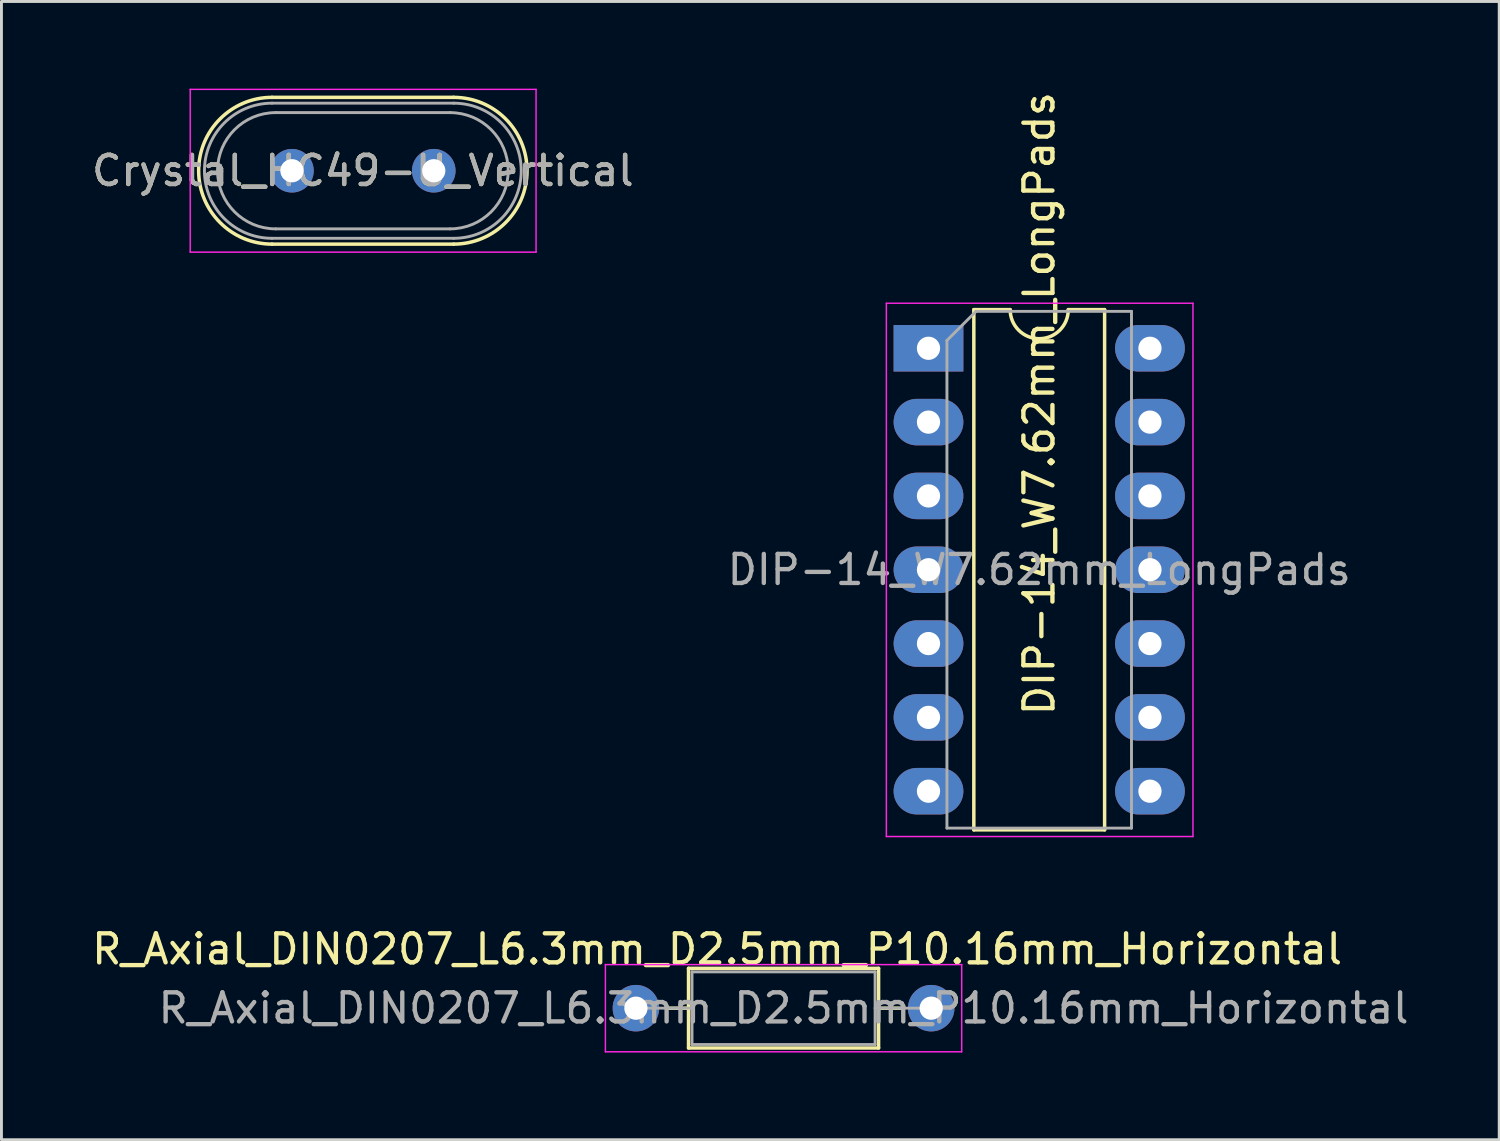
<source format=kicad_pcb>
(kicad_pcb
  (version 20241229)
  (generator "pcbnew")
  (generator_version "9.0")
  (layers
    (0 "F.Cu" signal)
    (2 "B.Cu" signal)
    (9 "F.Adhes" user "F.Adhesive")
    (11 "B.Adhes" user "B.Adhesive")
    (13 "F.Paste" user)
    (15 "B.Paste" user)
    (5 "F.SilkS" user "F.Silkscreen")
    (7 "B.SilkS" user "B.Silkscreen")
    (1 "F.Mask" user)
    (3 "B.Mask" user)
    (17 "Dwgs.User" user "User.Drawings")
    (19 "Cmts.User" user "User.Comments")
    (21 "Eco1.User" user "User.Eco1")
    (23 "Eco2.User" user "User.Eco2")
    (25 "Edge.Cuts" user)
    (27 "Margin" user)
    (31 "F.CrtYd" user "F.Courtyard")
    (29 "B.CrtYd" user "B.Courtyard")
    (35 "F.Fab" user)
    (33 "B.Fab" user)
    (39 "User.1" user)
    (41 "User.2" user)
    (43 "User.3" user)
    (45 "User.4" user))
  (footprint "R_Axial_DIN0207_L6.3mm_D2.5mm_P10.16mm_Horizontal"
    (placed yes)
    (layer "F.Cu")
    (at 18.831 31.64)
    (property "Reference" "R_Axial_DIN0207_L6.3mm_D2.5mm_P10.16mm_Horizontal" (at 2.794 -2.032 0) (layer "F.SilkS") (effects (font (size 1 1) (thickness 0.15))))
    (attr through_hole)
    (fp_line (start 1.04 0) (end 1.81 0) (stroke (width 0.12) (type solid)) (layer "F.SilkS"))
    (fp_line (start 1.81 -1.37) (end 1.81 1.37) (stroke (width 0.12) (type solid)) (layer "F.SilkS"))
    (fp_line (start 1.81 1.37) (end 8.35 1.37) (stroke (width 0.12) (type solid)) (layer "F.SilkS"))
    (fp_line (start 8.35 -1.37) (end 1.81 -1.37) (stroke (width 0.12) (type solid)) (layer "F.SilkS"))
    (fp_line (start 8.35 1.37) (end 8.35 -1.37) (stroke (width 0.12) (type solid)) (layer "F.SilkS"))
    (fp_line (start 9.12 0) (end 8.35 0) (stroke (width 0.12) (type solid)) (layer "F.SilkS"))
    (fp_line (start -1.05 -1.5) (end -1.05 1.5) (stroke (width 0.05) (type solid)) (layer "F.CrtYd"))
    (fp_line (start -1.05 1.5) (end 11.21 1.5) (stroke (width 0.05) (type solid)) (layer "F.CrtYd"))
    (fp_line (start 11.21 -1.5) (end -1.05 -1.5) (stroke (width 0.05) (type solid)) (layer "F.CrtYd"))
    (fp_line (start 11.21 1.5) (end 11.21 -1.5) (stroke (width 0.05) (type solid)) (layer "F.CrtYd"))
    (fp_line (start 0 0) (end 1.93 0) (stroke (width 0.1) (type solid)) (layer "F.Fab"))
    (fp_line (start 1.93 -1.25) (end 1.93 1.25) (stroke (width 0.1) (type solid)) (layer "F.Fab"))
    (fp_line (start 1.93 1.25) (end 8.23 1.25) (stroke (width 0.1) (type solid)) (layer "F.Fab"))
    (fp_line (start 8.23 -1.25) (end 1.93 -1.25) (stroke (width 0.1) (type solid)) (layer "F.Fab"))
    (fp_line (start 8.23 1.25) (end 8.23 -1.25) (stroke (width 0.1) (type solid)) (layer "F.Fab"))
    (fp_line (start 10.16 0) (end 8.23 0) (stroke (width 0.1) (type solid)) (layer "F.Fab"))
    (fp_text user "${REFERENCE}" (at 5.08 0 0) (layer "F.Fab") (effects (font (size 1 1) (thickness 0.15))))
    (pad "1" thru_hole circle (at 0 0) (size 1.6 1.6) (drill 0.8) (layers "*.Cu" "*.Mask"))
    (pad "2" thru_hole oval (at 10.16 0) (size 1.6 1.6) (drill 0.8) (layers "*.Cu" "*.Mask")))
  (footprint "DIP-14_W7.62mm_LongPads"
    (placed yes)
    (layer "F.Cu")
    (at 28.898 8.934)
    (property "Reference" "DIP-14_W7.62mm_LongPads" (at 3.81 1.905 90) (layer "F.SilkS") (effects (font (size 1 1) (thickness 0.15))))
    (attr through_hole)
    (fp_line (start 1.56 -1.33) (end 1.56 16.57) (stroke (width 0.12) (type solid)) (layer "F.SilkS"))
    (fp_line (start 1.56 16.57) (end 6.06 16.57) (stroke (width 0.12) (type solid)) (layer "F.SilkS"))
    (fp_line (start 2.81 -1.33) (end 1.56 -1.33) (stroke (width 0.12) (type solid)) (layer "F.SilkS"))
    (fp_line (start 6.06 -1.33) (end 4.81 -1.33) (stroke (width 0.12) (type solid)) (layer "F.SilkS"))
    (fp_line (start 6.06 16.57) (end 6.06 -1.33) (stroke (width 0.12) (type solid)) (layer "F.SilkS"))
    (fp_arc (start 4.81 -1.33) (mid 3.81 -0.33) (end 2.81 -1.33) (stroke (width 0.12) (type solid)) (layer "F.SilkS"))
    (fp_line (start -1.45 -1.55) (end -1.45 16.8) (stroke (width 0.05) (type solid)) (layer "F.CrtYd"))
    (fp_line (start -1.45 16.8) (end 9.1 16.8) (stroke (width 0.05) (type solid)) (layer "F.CrtYd"))
    (fp_line (start 9.1 -1.55) (end -1.45 -1.55) (stroke (width 0.05) (type solid)) (layer "F.CrtYd"))
    (fp_line (start 9.1 16.8) (end 9.1 -1.55) (stroke (width 0.05) (type solid)) (layer "F.CrtYd"))
    (fp_line (start 0.635 -0.27) (end 1.635 -1.27) (stroke (width 0.1) (type solid)) (layer "F.Fab"))
    (fp_line (start 0.635 16.51) (end 0.635 -0.27) (stroke (width 0.1) (type solid)) (layer "F.Fab"))
    (fp_line (start 1.635 -1.27) (end 6.985 -1.27) (stroke (width 0.1) (type solid)) (layer "F.Fab"))
    (fp_line (start 6.985 -1.27) (end 6.985 16.51) (stroke (width 0.1) (type solid)) (layer "F.Fab"))
    (fp_line (start 6.985 16.51) (end 0.635 16.51) (stroke (width 0.1) (type solid)) (layer "F.Fab"))
    (fp_text user "${REFERENCE}" (at 3.81 7.62 0) (layer "F.Fab") (effects (font (size 1 1) (thickness 0.15))))
    (pad "1" thru_hole rect (at 0 0) (size 2.4 1.6) (drill 0.8) (layers "*.Cu" "*.Mask"))
    (pad "2" thru_hole oval (at 0 2.54) (size 2.4 1.6) (drill 0.8) (layers "*.Cu" "*.Mask"))
    (pad "3" thru_hole oval (at 0 5.08) (size 2.4 1.6) (drill 0.8) (layers "*.Cu" "*.Mask"))
    (pad "4" thru_hole oval (at 0 7.62) (size 2.4 1.6) (drill 0.8) (layers "*.Cu" "*.Mask"))
    (pad "5" thru_hole oval (at 0 10.16) (size 2.4 1.6) (drill 0.8) (layers "*.Cu" "*.Mask"))
    (pad "6" thru_hole oval (at 0 12.7) (size 2.4 1.6) (drill 0.8) (layers "*.Cu" "*.Mask"))
    (pad "7" thru_hole oval (at 0 15.24) (size 2.4 1.6) (drill 0.8) (layers "*.Cu" "*.Mask"))
    (pad "8" thru_hole oval (at 7.62 15.24) (size 2.4 1.6) (drill 0.8) (layers "*.Cu" "*.Mask"))
    (pad "9" thru_hole oval (at 7.62 12.7) (size 2.4 1.6) (drill 0.8) (layers "*.Cu" "*.Mask"))
    (pad "10" thru_hole oval (at 7.62 10.16) (size 2.4 1.6) (drill 0.8) (layers "*.Cu" "*.Mask"))
    (pad "11" thru_hole oval (at 7.62 7.62) (size 2.4 1.6) (drill 0.8) (layers "*.Cu" "*.Mask"))
    (pad "12" thru_hole oval (at 7.62 5.08) (size 2.4 1.6) (drill 0.8) (layers "*.Cu" "*.Mask"))
    (pad "13" thru_hole oval (at 7.62 2.54) (size 2.4 1.6) (drill 0.8) (layers "*.Cu" "*.Mask"))
    (pad "14" thru_hole oval (at 7.62 0) (size 2.4 1.6) (drill 0.8) (layers "*.Cu" "*.Mask")))
  (footprint "Crystal_HC49-U_Vertical"
    (layer "F.Cu")
    (at 6.995 2.825)
    (property "Reference" "Crystal_HC49-U_Vertical" (at 2.44 0 0) (layer "F.SilkS") (effects (font (size 1 1) (thickness 0.15))))
    (attr through_hole)
    (fp_line (start -0.685 -2.525) (end 5.565 -2.525) (stroke (width 0.12) (type solid)) (layer "F.SilkS"))
    (fp_line (start -0.685 2.525) (end 5.565 2.525) (stroke (width 0.12) (type solid)) (layer "F.SilkS"))
    (fp_arc (start -0.685 2.525) (mid -3.21 0) (end -0.685 -2.525) (stroke (width 0.12) (type solid)) (layer "F.SilkS"))
    (fp_arc (start 5.565 -2.525) (mid 8.09 0) (end 5.565 2.525) (stroke (width 0.12) (type solid)) (layer "F.SilkS"))
    (fp_line (start -3.5 -2.8) (end -3.5 2.8) (stroke (width 0.05) (type solid)) (layer "F.CrtYd"))
    (fp_line (start -3.5 2.8) (end 8.4 2.8) (stroke (width 0.05) (type solid)) (layer "F.CrtYd"))
    (fp_line (start 8.4 -2.8) (end -3.5 -2.8) (stroke (width 0.05) (type solid)) (layer "F.CrtYd"))
    (fp_line (start 8.4 2.8) (end 8.4 -2.8) (stroke (width 0.05) (type solid)) (layer "F.CrtYd"))
    (fp_line (start -0.685 -2.325) (end 5.565 -2.325) (stroke (width 0.1) (type solid)) (layer "F.Fab"))
    (fp_line (start -0.685 2.325) (end 5.565 2.325) (stroke (width 0.1) (type solid)) (layer "F.Fab"))
    (fp_line (start -0.56 -2) (end 5.44 -2) (stroke (width 0.1) (type solid)) (layer "F.Fab"))
    (fp_line (start -0.56 2) (end 5.44 2) (stroke (width 0.1) (type solid)) (layer "F.Fab"))
    (fp_arc (start -0.685 2.325) (mid -3.01 0) (end -0.685 -2.325) (stroke (width 0.1) (type solid)) (layer "F.Fab"))
    (fp_arc (start -0.56 2) (mid -2.56 0) (end -0.56 -2) (stroke (width 0.1) (type solid)) (layer "F.Fab"))
    (fp_arc (start 5.44 -2) (mid 7.44 0) (end 5.44 2) (stroke (width 0.1) (type solid)) (layer "F.Fab"))
    (fp_arc (start 5.565 -2.325) (mid 7.89 0) (end 5.565 2.325) (stroke (width 0.1) (type solid)) (layer "F.Fab"))
    (fp_text user "${REFERENCE}" (at 2.44 0 0) (layer "F.Fab") (effects (font (size 1 1) (thickness 0.15))))
    (pad "1" thru_hole circle (at 0 0) (size 1.5 1.5) (drill 0.8) (layers "*.Cu" "*.Mask"))
    (pad "2" thru_hole circle (at 4.88 0) (size 1.5 1.5) (drill 0.8) (layers "*.Cu" "*.Mask")))
  (gr_rect
    (start -3 -3)
    (end 48.536 36.165)
    (stroke (width 0.1) (type default))
    (fill no)
    (layer "Edge.Cuts")))
</source>
